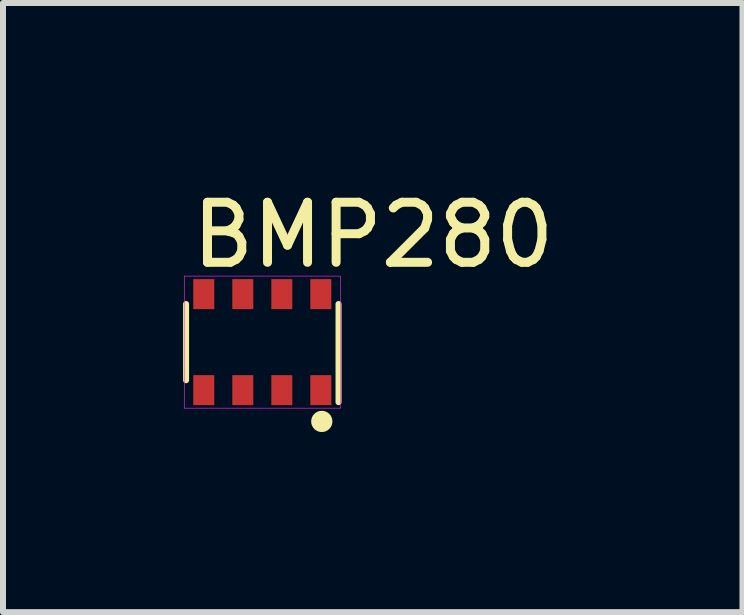
<source format=kicad_pcb>
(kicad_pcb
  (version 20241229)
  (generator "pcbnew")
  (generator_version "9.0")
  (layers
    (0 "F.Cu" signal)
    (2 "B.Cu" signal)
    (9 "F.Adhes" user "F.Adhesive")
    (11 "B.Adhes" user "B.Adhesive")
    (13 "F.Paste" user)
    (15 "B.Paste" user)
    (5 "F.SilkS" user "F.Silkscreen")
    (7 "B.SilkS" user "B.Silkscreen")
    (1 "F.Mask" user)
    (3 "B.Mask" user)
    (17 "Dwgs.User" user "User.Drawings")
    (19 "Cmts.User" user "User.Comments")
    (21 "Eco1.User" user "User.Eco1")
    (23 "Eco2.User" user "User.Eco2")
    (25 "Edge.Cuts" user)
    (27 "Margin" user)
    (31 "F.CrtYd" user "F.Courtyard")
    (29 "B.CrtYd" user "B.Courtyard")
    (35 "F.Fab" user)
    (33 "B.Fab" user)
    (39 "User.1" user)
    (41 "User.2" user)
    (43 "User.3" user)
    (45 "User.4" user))
  (footprint "BMP280"
    (layer "F.Cu")
    (at 1.32 2.65)
    (property "Reference" "BMP280" (at -1.25 -1.2 0) (layer "F.SilkS") (effects (font (size 1 1) (thickness 0.15)) (justify left bottom)))
    (fp_line (start -1.27 -0.635) (end -1.27 0.635) (stroke (width 0.1) (type solid)) (layer "F.SilkS"))
    (fp_line (start 1.27 1) (end 1.27 -0.635) (stroke (width 0.1) (type solid)) (layer "F.SilkS"))
    (fp_circle (center 0.991 1.321) (end 1.143 1.321) (stroke (width 0.05) (type solid)) (fill yes) (layer "F.SilkS"))
    (fp_line (start -1.3 -1.1) (end 1.3 -1.1) (stroke (width 0.01) (type solid)) (layer "F.CrtYd"))
    (fp_line (start -1.3 1.1) (end -1.3 -1.1) (stroke (width 0.01) (type solid)) (layer "F.CrtYd"))
    (fp_line (start 1.3 -1.1) (end 1.3 1.1) (stroke (width 0.01) (type solid)) (layer "F.CrtYd"))
    (fp_line (start 1.3 1.1) (end -1.3 1.1) (stroke (width 0.01) (type solid)) (layer "F.CrtYd"))
    (pad "1" smd rect (at 0.975 0.8 180) (size 0.35 0.5) (layers "F.Cu" "F.Mask" "F.Paste"))
    (pad "2" smd rect (at 0.325 0.8 180) (size 0.35 0.5) (layers "F.Cu" "F.Mask" "F.Paste"))
    (pad "3" smd rect (at -0.325 0.8 180) (size 0.35 0.5) (layers "F.Cu" "F.Mask" "F.Paste"))
    (pad "4" smd rect (at -0.975 0.8 180) (size 0.35 0.5) (layers "F.Cu" "F.Mask" "F.Paste"))
    (pad "5" smd rect (at -0.975 -0.8) (size 0.35 0.5) (layers "F.Cu" "F.Mask" "F.Paste"))
    (pad "6" smd rect (at -0.325 -0.8) (size 0.35 0.5) (layers "F.Cu" "F.Mask" "F.Paste"))
    (pad "7" smd rect (at 0.325 -0.8) (size 0.35 0.5) (layers "F.Cu" "F.Mask" "F.Paste"))
    (pad "8" smd rect (at 0.975 -0.8) (size 0.35 0.5) (layers "F.Cu" "F.Mask" "F.Paste")))
  (gr_rect
    (start -3 -3)
    (end 9.32 7.148)
    (stroke (width 0.1) (type default))
    (fill no)
    (layer "Edge.Cuts")))
</source>
